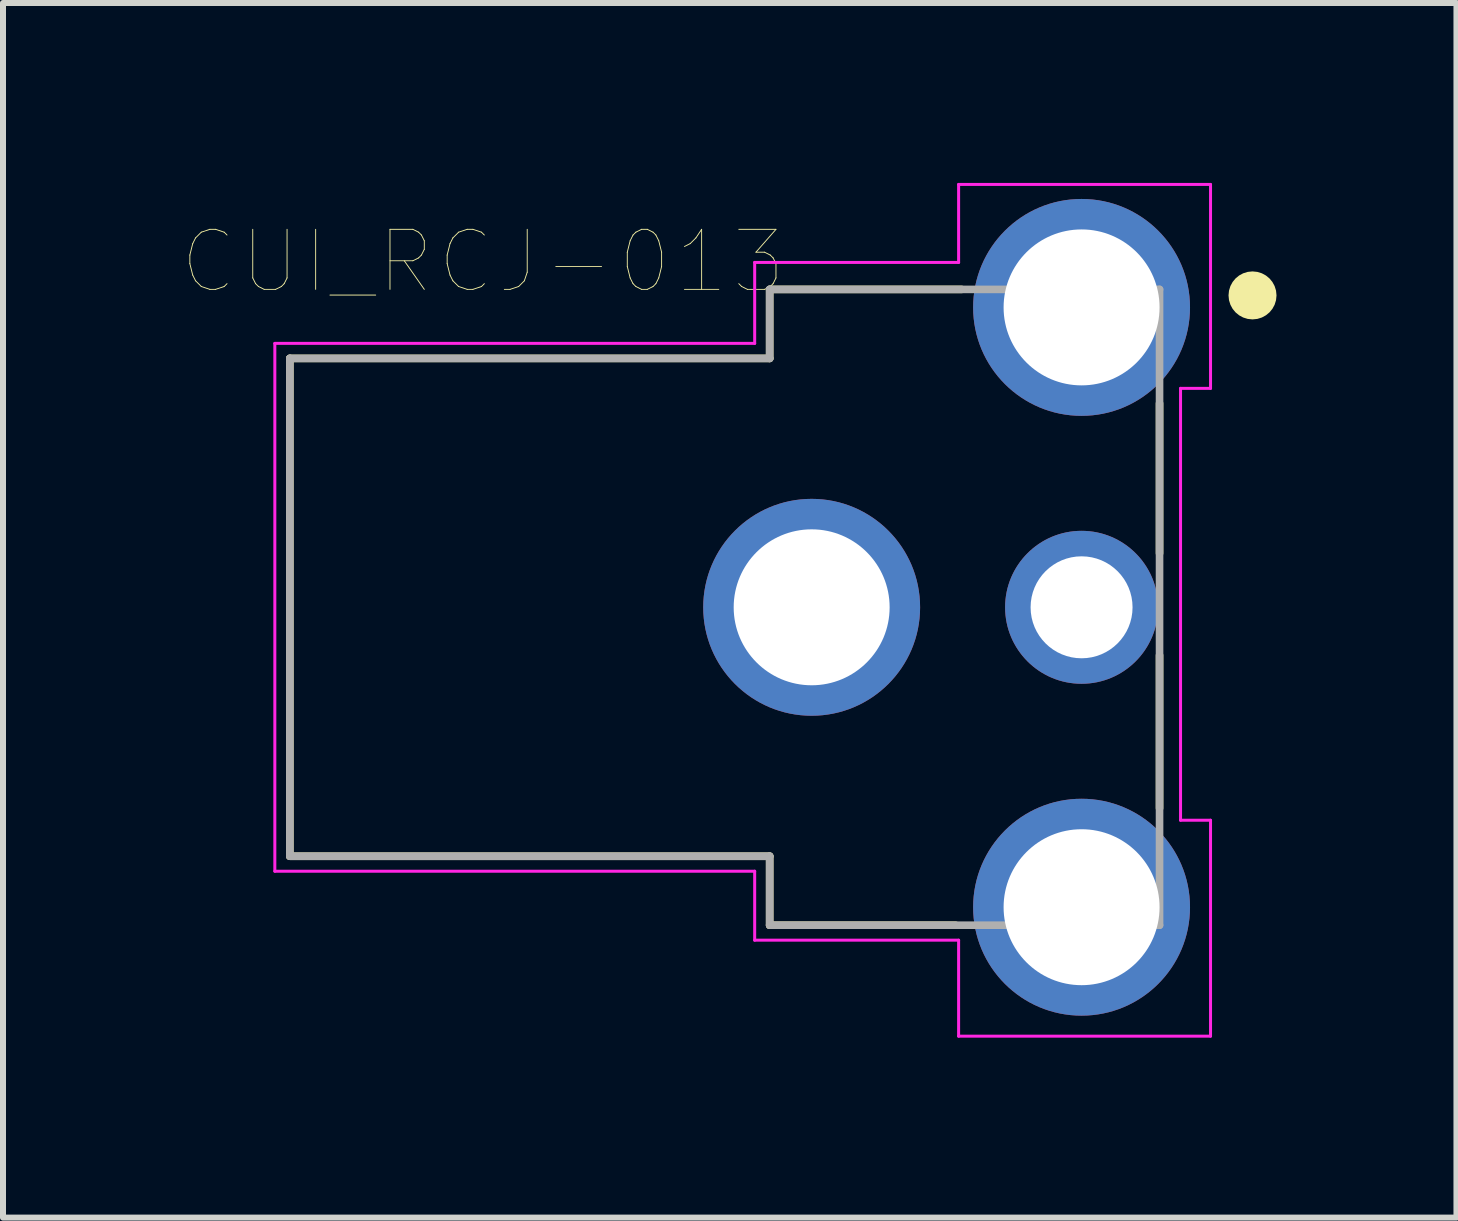
<source format=kicad_pcb>
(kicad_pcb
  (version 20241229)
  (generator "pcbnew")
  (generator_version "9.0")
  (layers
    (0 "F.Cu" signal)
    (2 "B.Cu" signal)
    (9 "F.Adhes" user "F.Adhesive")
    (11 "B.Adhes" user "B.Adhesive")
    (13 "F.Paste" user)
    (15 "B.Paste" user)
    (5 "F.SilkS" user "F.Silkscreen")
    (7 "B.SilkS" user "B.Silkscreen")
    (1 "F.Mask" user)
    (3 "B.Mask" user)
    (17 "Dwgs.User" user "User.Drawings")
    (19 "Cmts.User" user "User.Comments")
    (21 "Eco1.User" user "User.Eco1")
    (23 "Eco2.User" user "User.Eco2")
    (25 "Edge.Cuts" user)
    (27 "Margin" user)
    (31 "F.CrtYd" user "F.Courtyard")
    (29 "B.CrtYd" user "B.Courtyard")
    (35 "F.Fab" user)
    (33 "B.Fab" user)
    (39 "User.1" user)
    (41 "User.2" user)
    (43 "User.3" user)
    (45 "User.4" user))
  (footprint "CUI_RCJ-013"
    (layer "F.Cu")
    (at 9.032 7.075)
    (property "Reference" "CUI_RCJ-013" (at -4.031 -5.763 0) (layer "F.SilkS") (effects (font (size 1.001 1.001) (thickness 0.015))))
    (attr through_hole)
    (fp_line (start -7.25 -4.15) (end -7.25 4.15) (stroke (width 0.127) (type solid)) (layer "F.SilkS"))
    (fp_line (start -7.25 4.15) (end 0.75 4.15) (stroke (width 0.127) (type solid)) (layer "F.SilkS"))
    (fp_line (start 0.75 -5.3) (end 0.75 -4.15) (stroke (width 0.127) (type solid)) (layer "F.SilkS"))
    (fp_line (start 0.75 -4.15) (end -7.25 -4.15) (stroke (width 0.127) (type solid)) (layer "F.SilkS"))
    (fp_line (start 0.75 4.15) (end 0.75 5.3) (stroke (width 0.127) (type solid)) (layer "F.SilkS"))
    (fp_line (start 0.75 5.3) (end 3.85 5.3) (stroke (width 0.127) (type solid)) (layer "F.SilkS"))
    (fp_line (start 3.95 -5.3) (end 0.75 -5.3) (stroke (width 0.127) (type solid)) (layer "F.SilkS"))
    (fp_line (start 7.25 -0.9) (end 7.25 -3.4) (stroke (width 0.127) (type solid)) (layer "F.SilkS"))
    (fp_line (start 7.25 3.35) (end 7.25 0.8) (stroke (width 0.127) (type solid)) (layer "F.SilkS"))
    (fp_circle (center 8.8 -5.2) (end 9 -5.2) (stroke (width 0.4) (type solid)) (fill no) (layer "F.SilkS"))
    (fp_line (start -7.5 -4.4) (end -7.5 4.4) (stroke (width 0.05) (type solid)) (layer "F.CrtYd"))
    (fp_line (start -7.5 4.4) (end 0.5 4.4) (stroke (width 0.05) (type solid)) (layer "F.CrtYd"))
    (fp_line (start 0.5 -5.75) (end 0.5 -4.4) (stroke (width 0.05) (type solid)) (layer "F.CrtYd"))
    (fp_line (start 0.5 -4.4) (end -7.5 -4.4) (stroke (width 0.05) (type solid)) (layer "F.CrtYd"))
    (fp_line (start 0.5 4.4) (end 0.5 5.55) (stroke (width 0.05) (type solid)) (layer "F.CrtYd"))
    (fp_line (start 0.5 5.55) (end 3.9 5.55) (stroke (width 0.05) (type solid)) (layer "F.CrtYd"))
    (fp_line (start 3.9 -7.05) (end 8.1 -7.05) (stroke (width 0.05) (type solid)) (layer "F.CrtYd"))
    (fp_line (start 3.9 -5.75) (end 0.5 -5.75) (stroke (width 0.05) (type solid)) (layer "F.CrtYd"))
    (fp_line (start 3.9 -5.75) (end 3.9 -7.05) (stroke (width 0.05) (type solid)) (layer "F.CrtYd"))
    (fp_line (start 3.9 7.15) (end 3.9 5.55) (stroke (width 0.05) (type solid)) (layer "F.CrtYd"))
    (fp_line (start 7.6 -3.65) (end 7.6 3.55) (stroke (width 0.05) (type solid)) (layer "F.CrtYd"))
    (fp_line (start 7.6 3.55) (end 8.1 3.55) (stroke (width 0.05) (type solid)) (layer "F.CrtYd"))
    (fp_line (start 8.1 -7.05) (end 8.1 -3.65) (stroke (width 0.05) (type solid)) (layer "F.CrtYd"))
    (fp_line (start 8.1 -3.65) (end 7.6 -3.65) (stroke (width 0.05) (type solid)) (layer "F.CrtYd"))
    (fp_line (start 8.1 7.15) (end 3.9 7.15) (stroke (width 0.05) (type solid)) (layer "F.CrtYd"))
    (fp_line (start 8.1 7.15) (end 8.1 3.55) (stroke (width 0.05) (type solid)) (layer "F.CrtYd"))
    (fp_line (start -7.25 -4.15) (end -7.25 4.15) (stroke (width 0.127) (type solid)) (layer "F.Fab"))
    (fp_line (start -7.25 4.15) (end 0.75 4.15) (stroke (width 0.127) (type solid)) (layer "F.Fab"))
    (fp_line (start 0.75 -5.3) (end 0.75 -4.15) (stroke (width 0.127) (type solid)) (layer "F.Fab"))
    (fp_line (start 0.75 -4.15) (end -7.25 -4.15) (stroke (width 0.127) (type solid)) (layer "F.Fab"))
    (fp_line (start 0.75 4.15) (end 0.75 5.3) (stroke (width 0.127) (type solid)) (layer "F.Fab"))
    (fp_line (start 0.75 5.3) (end 7.25 5.3) (stroke (width 0.127) (type solid)) (layer "F.Fab"))
    (fp_line (start 7.25 -5.3) (end 0.75 -5.3) (stroke (width 0.127) (type solid)) (layer "F.Fab"))
    (fp_line (start 7.25 5.3) (end 7.25 -5.3) (stroke (width 0.127) (type solid)) (layer "F.Fab"))
    (pad "1" thru_hole circle (at 5.95 0) (size 2.55 2.55) (drill 1.7) (layers "*.Cu" "*.Mask"))
    (pad "2" thru_hole circle (at 1.45 0) (size 3.616 3.616) (drill 2.6) (layers "*.Cu" "*.Mask"))
    (pad "2" thru_hole circle (at 5.95 -5) (size 3.616 3.616) (drill 2.6) (layers "*.Cu" "*.Mask"))
    (pad "2" thru_hole circle (at 5.95 5) (size 3.616 3.616) (drill 2.6) (layers "*.Cu" "*.Mask")))
  (gr_rect
    (start -3 -3)
    (end 21.232 17.25)
    (stroke (width 0.1) (type default))
    (fill no)
    (layer "Edge.Cuts")))
</source>
